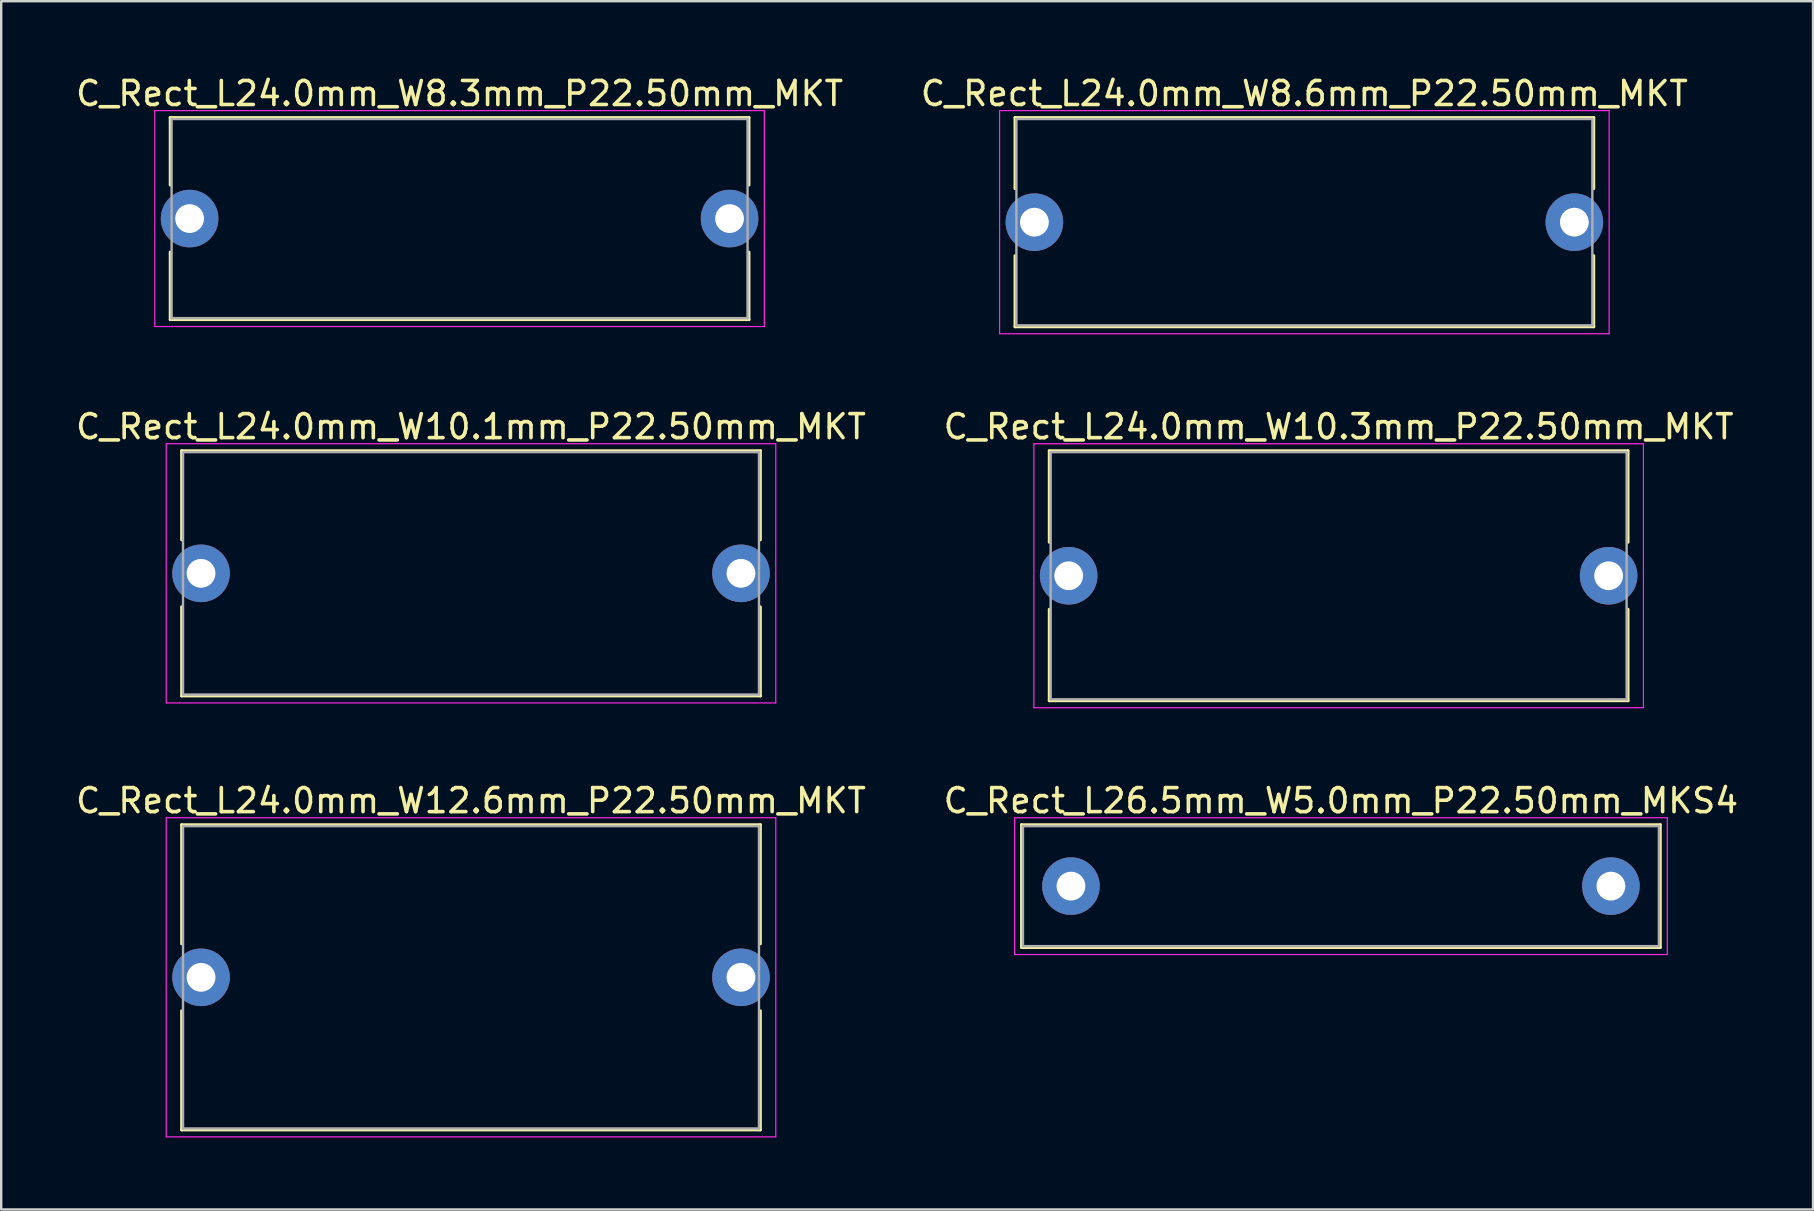
<source format=kicad_pcb>
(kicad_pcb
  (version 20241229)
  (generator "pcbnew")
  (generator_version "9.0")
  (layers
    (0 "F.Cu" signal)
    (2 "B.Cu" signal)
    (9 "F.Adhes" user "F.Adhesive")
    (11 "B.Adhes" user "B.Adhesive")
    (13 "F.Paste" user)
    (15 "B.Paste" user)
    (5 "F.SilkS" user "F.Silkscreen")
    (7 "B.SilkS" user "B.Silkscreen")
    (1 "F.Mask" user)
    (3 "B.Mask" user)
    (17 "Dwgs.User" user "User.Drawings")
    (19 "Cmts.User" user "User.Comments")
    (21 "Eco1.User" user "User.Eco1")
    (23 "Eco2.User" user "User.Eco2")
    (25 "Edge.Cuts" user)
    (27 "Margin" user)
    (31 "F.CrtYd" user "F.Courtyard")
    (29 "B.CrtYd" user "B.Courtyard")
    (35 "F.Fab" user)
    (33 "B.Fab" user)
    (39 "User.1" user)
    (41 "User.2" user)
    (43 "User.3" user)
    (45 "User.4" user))
  (footprint "C_Rect_L24.0mm_W12.6mm_P22.50mm_MKT"
    (layer "F.Cu")
    (at 5.327 37.675)
    (property "Reference" "C_Rect_L24.0mm_W12.6mm_P22.50mm_MKT" (at 11.25 -7.36 0) (layer "F.SilkS") (effects (font (size 1 1) (thickness 0.15))))
    (attr through_hole)
    (fp_line (start -0.81 -6.36) (end -0.81 -1.395) (stroke (width 0.12) (type solid)) (layer "F.SilkS"))
    (fp_line (start -0.81 -6.36) (end 23.31 -6.36) (stroke (width 0.12) (type solid)) (layer "F.SilkS"))
    (fp_line (start -0.81 1.395) (end -0.81 6.36) (stroke (width 0.12) (type solid)) (layer "F.SilkS"))
    (fp_line (start -0.81 6.36) (end 23.31 6.36) (stroke (width 0.12) (type solid)) (layer "F.SilkS"))
    (fp_line (start 23.31 -6.36) (end 23.31 -1.395) (stroke (width 0.12) (type solid)) (layer "F.SilkS"))
    (fp_line (start 23.31 1.395) (end 23.31 6.36) (stroke (width 0.12) (type solid)) (layer "F.SilkS"))
    (fp_line (start -1.45 -6.65) (end -1.45 6.65) (stroke (width 0.05) (type solid)) (layer "F.CrtYd"))
    (fp_line (start -1.45 6.65) (end 23.95 6.65) (stroke (width 0.05) (type solid)) (layer "F.CrtYd"))
    (fp_line (start 23.95 -6.65) (end -1.45 -6.65) (stroke (width 0.05) (type solid)) (layer "F.CrtYd"))
    (fp_line (start 23.95 6.65) (end 23.95 -6.65) (stroke (width 0.05) (type solid)) (layer "F.CrtYd"))
    (fp_line (start -0.75 -6.3) (end -0.75 6.3) (stroke (width 0.1) (type solid)) (layer "F.Fab"))
    (fp_line (start -0.75 6.3) (end 23.25 6.3) (stroke (width 0.1) (type solid)) (layer "F.Fab"))
    (fp_line (start 23.25 -6.3) (end -0.75 -6.3) (stroke (width 0.1) (type solid)) (layer "F.Fab"))
    (fp_line (start 23.25 6.3) (end 23.25 -6.3) (stroke (width 0.1) (type solid)) (layer "F.Fab"))
    (pad "1" thru_hole circle (at 0 0) (size 2.4 2.4) (drill 1.2) (layers "*.Cu" "*.Mask"))
    (pad "2" thru_hole circle (at 22.5 0) (size 2.4 2.4) (drill 1.2) (layers "*.Cu" "*.Mask")))
  (footprint "C_Rect_L24.0mm_W10.1mm_P22.50mm_MKT"
    (layer "F.Cu")
    (at 5.327 20.841)
    (property "Reference" "C_Rect_L24.0mm_W10.1mm_P22.50mm_MKT" (at 11.25 -6.11 0) (layer "F.SilkS") (effects (font (size 1 1) (thickness 0.15))))
    (attr through_hole)
    (fp_line (start -0.81 -5.11) (end -0.81 -1.395) (stroke (width 0.12) (type solid)) (layer "F.SilkS"))
    (fp_line (start -0.81 -5.11) (end 23.31 -5.11) (stroke (width 0.12) (type solid)) (layer "F.SilkS"))
    (fp_line (start -0.81 1.395) (end -0.81 5.11) (stroke (width 0.12) (type solid)) (layer "F.SilkS"))
    (fp_line (start -0.81 5.11) (end 23.31 5.11) (stroke (width 0.12) (type solid)) (layer "F.SilkS"))
    (fp_line (start 23.31 -5.11) (end 23.31 -1.395) (stroke (width 0.12) (type solid)) (layer "F.SilkS"))
    (fp_line (start 23.31 1.395) (end 23.31 5.11) (stroke (width 0.12) (type solid)) (layer "F.SilkS"))
    (fp_line (start -1.45 -5.4) (end -1.45 5.4) (stroke (width 0.05) (type solid)) (layer "F.CrtYd"))
    (fp_line (start -1.45 5.4) (end 23.95 5.4) (stroke (width 0.05) (type solid)) (layer "F.CrtYd"))
    (fp_line (start 23.95 -5.4) (end -1.45 -5.4) (stroke (width 0.05) (type solid)) (layer "F.CrtYd"))
    (fp_line (start 23.95 5.4) (end 23.95 -5.4) (stroke (width 0.05) (type solid)) (layer "F.CrtYd"))
    (fp_line (start -0.75 -5.05) (end -0.75 5.05) (stroke (width 0.1) (type solid)) (layer "F.Fab"))
    (fp_line (start -0.75 5.05) (end 23.25 5.05) (stroke (width 0.1) (type solid)) (layer "F.Fab"))
    (fp_line (start 23.25 -5.05) (end -0.75 -5.05) (stroke (width 0.1) (type solid)) (layer "F.Fab"))
    (fp_line (start 23.25 5.05) (end 23.25 -5.05) (stroke (width 0.1) (type solid)) (layer "F.Fab"))
    (pad "1" thru_hole circle (at 0 0) (size 2.4 2.4) (drill 1.2) (layers "*.Cu" "*.Mask"))
    (pad "2" thru_hole circle (at 22.5 0) (size 2.4 2.4) (drill 1.2) (layers "*.Cu" "*.Mask")))
  (footprint "C_Rect_L24.0mm_W10.3mm_P22.50mm_MKT"
    (layer "F.Cu")
    (at 41.482 20.942)
    (property "Reference" "C_Rect_L24.0mm_W10.3mm_P22.50mm_MKT" (at 11.25 -6.21 0) (layer "F.SilkS") (effects (font (size 1 1) (thickness 0.15))))
    (attr through_hole)
    (fp_line (start -0.81 -5.21) (end -0.81 -1.395) (stroke (width 0.12) (type solid)) (layer "F.SilkS"))
    (fp_line (start -0.81 -5.21) (end 23.31 -5.21) (stroke (width 0.12) (type solid)) (layer "F.SilkS"))
    (fp_line (start -0.81 1.395) (end -0.81 5.21) (stroke (width 0.12) (type solid)) (layer "F.SilkS"))
    (fp_line (start -0.81 5.21) (end 23.31 5.21) (stroke (width 0.12) (type solid)) (layer "F.SilkS"))
    (fp_line (start 23.31 -5.21) (end 23.31 -1.395) (stroke (width 0.12) (type solid)) (layer "F.SilkS"))
    (fp_line (start 23.31 1.395) (end 23.31 5.21) (stroke (width 0.12) (type solid)) (layer "F.SilkS"))
    (fp_line (start -1.45 -5.5) (end -1.45 5.5) (stroke (width 0.05) (type solid)) (layer "F.CrtYd"))
    (fp_line (start -1.45 5.5) (end 23.95 5.5) (stroke (width 0.05) (type solid)) (layer "F.CrtYd"))
    (fp_line (start 23.95 -5.5) (end -1.45 -5.5) (stroke (width 0.05) (type solid)) (layer "F.CrtYd"))
    (fp_line (start 23.95 5.5) (end 23.95 -5.5) (stroke (width 0.05) (type solid)) (layer "F.CrtYd"))
    (fp_line (start -0.75 -5.15) (end -0.75 5.15) (stroke (width 0.1) (type solid)) (layer "F.Fab"))
    (fp_line (start -0.75 5.15) (end 23.25 5.15) (stroke (width 0.1) (type solid)) (layer "F.Fab"))
    (fp_line (start 23.25 -5.15) (end -0.75 -5.15) (stroke (width 0.1) (type solid)) (layer "F.Fab"))
    (fp_line (start 23.25 5.15) (end 23.25 -5.15) (stroke (width 0.1) (type solid)) (layer "F.Fab"))
    (pad "1" thru_hole circle (at 0 0) (size 2.4 2.4) (drill 1.2) (layers "*.Cu" "*.Mask"))
    (pad "2" thru_hole circle (at 22.5 0) (size 2.4 2.4) (drill 1.2) (layers "*.Cu" "*.Mask")))
  (footprint "C_Rect_L26.5mm_W5.0mm_P22.50mm_MKS4"
    (layer "F.Cu")
    (at 41.577 33.875)
    (property "Reference" "C_Rect_L26.5mm_W5.0mm_P22.50mm_MKS4" (at 11.25 -3.56 0) (layer "F.SilkS") (effects (font (size 1 1) (thickness 0.15))))
    (attr through_hole)
    (fp_line (start -2.06 -2.56) (end -2.06 2.56) (stroke (width 0.12) (type solid)) (layer "F.SilkS"))
    (fp_line (start -2.06 -2.56) (end 24.56 -2.56) (stroke (width 0.12) (type solid)) (layer "F.SilkS"))
    (fp_line (start -2.06 2.56) (end 24.56 2.56) (stroke (width 0.12) (type solid)) (layer "F.SilkS"))
    (fp_line (start 24.56 -2.56) (end 24.56 2.56) (stroke (width 0.12) (type solid)) (layer "F.SilkS"))
    (fp_line (start -2.35 -2.85) (end -2.35 2.85) (stroke (width 0.05) (type solid)) (layer "F.CrtYd"))
    (fp_line (start -2.35 2.85) (end 24.85 2.85) (stroke (width 0.05) (type solid)) (layer "F.CrtYd"))
    (fp_line (start 24.85 -2.85) (end -2.35 -2.85) (stroke (width 0.05) (type solid)) (layer "F.CrtYd"))
    (fp_line (start 24.85 2.85) (end 24.85 -2.85) (stroke (width 0.05) (type solid)) (layer "F.CrtYd"))
    (fp_line (start -2 -2.5) (end -2 2.5) (stroke (width 0.1) (type solid)) (layer "F.Fab"))
    (fp_line (start -2 2.5) (end 24.5 2.5) (stroke (width 0.1) (type solid)) (layer "F.Fab"))
    (fp_line (start 24.5 -2.5) (end -2 -2.5) (stroke (width 0.1) (type solid)) (layer "F.Fab"))
    (fp_line (start 24.5 2.5) (end 24.5 -2.5) (stroke (width 0.1) (type solid)) (layer "F.Fab"))
    (pad "1" thru_hole circle (at 0 0) (size 2.4 2.4) (drill 1.2) (layers "*.Cu" "*.Mask"))
    (pad "2" thru_hole circle (at 22.5 0) (size 2.4 2.4) (drill 1.2) (layers "*.Cu" "*.Mask")))
  (footprint "C_Rect_L24.0mm_W8.6mm_P22.50mm_MKT"
    (layer "F.Cu")
    (at 40.054 6.208)
    (property "Reference" "C_Rect_L24.0mm_W8.6mm_P22.50mm_MKT" (at 11.25 -5.36 0) (layer "F.SilkS") (effects (font (size 1 1) (thickness 0.15))))
    (attr through_hole)
    (fp_line (start -0.81 -4.36) (end -0.81 -1.395) (stroke (width 0.12) (type solid)) (layer "F.SilkS"))
    (fp_line (start -0.81 -4.36) (end 23.31 -4.36) (stroke (width 0.12) (type solid)) (layer "F.SilkS"))
    (fp_line (start -0.81 1.395) (end -0.81 4.36) (stroke (width 0.12) (type solid)) (layer "F.SilkS"))
    (fp_line (start -0.81 4.36) (end 23.31 4.36) (stroke (width 0.12) (type solid)) (layer "F.SilkS"))
    (fp_line (start 23.31 -4.36) (end 23.31 -1.395) (stroke (width 0.12) (type solid)) (layer "F.SilkS"))
    (fp_line (start 23.31 1.395) (end 23.31 4.36) (stroke (width 0.12) (type solid)) (layer "F.SilkS"))
    (fp_line (start -1.45 -4.65) (end -1.45 4.65) (stroke (width 0.05) (type solid)) (layer "F.CrtYd"))
    (fp_line (start -1.45 4.65) (end 23.95 4.65) (stroke (width 0.05) (type solid)) (layer "F.CrtYd"))
    (fp_line (start 23.95 -4.65) (end -1.45 -4.65) (stroke (width 0.05) (type solid)) (layer "F.CrtYd"))
    (fp_line (start 23.95 4.65) (end 23.95 -4.65) (stroke (width 0.05) (type solid)) (layer "F.CrtYd"))
    (fp_line (start -0.75 -4.3) (end -0.75 4.3) (stroke (width 0.1) (type solid)) (layer "F.Fab"))
    (fp_line (start -0.75 4.3) (end 23.25 4.3) (stroke (width 0.1) (type solid)) (layer "F.Fab"))
    (fp_line (start 23.25 -4.3) (end -0.75 -4.3) (stroke (width 0.1) (type solid)) (layer "F.Fab"))
    (fp_line (start 23.25 4.3) (end 23.25 -4.3) (stroke (width 0.1) (type solid)) (layer "F.Fab"))
    (pad "1" thru_hole circle (at 0 0) (size 2.4 2.4) (drill 1.2) (layers "*.Cu" "*.Mask"))
    (pad "2" thru_hole circle (at 22.5 0) (size 2.4 2.4) (drill 1.2) (layers "*.Cu" "*.Mask")))
  (footprint "C_Rect_L24.0mm_W8.3mm_P22.50mm_MKT"
    (layer "F.Cu")
    (at 4.851 6.058)
    (property "Reference" "C_Rect_L24.0mm_W8.3mm_P22.50mm_MKT" (at 11.25 -5.21 0) (layer "F.SilkS") (effects (font (size 1 1) (thickness 0.15))))
    (attr through_hole)
    (fp_line (start -0.81 -4.21) (end -0.81 -1.395) (stroke (width 0.12) (type solid)) (layer "F.SilkS"))
    (fp_line (start -0.81 -4.21) (end 23.31 -4.21) (stroke (width 0.12) (type solid)) (layer "F.SilkS"))
    (fp_line (start -0.81 1.395) (end -0.81 4.21) (stroke (width 0.12) (type solid)) (layer "F.SilkS"))
    (fp_line (start -0.81 4.21) (end 23.31 4.21) (stroke (width 0.12) (type solid)) (layer "F.SilkS"))
    (fp_line (start 23.31 -4.21) (end 23.31 -1.395) (stroke (width 0.12) (type solid)) (layer "F.SilkS"))
    (fp_line (start 23.31 1.395) (end 23.31 4.21) (stroke (width 0.12) (type solid)) (layer "F.SilkS"))
    (fp_line (start -1.45 -4.5) (end -1.45 4.5) (stroke (width 0.05) (type solid)) (layer "F.CrtYd"))
    (fp_line (start -1.45 4.5) (end 23.95 4.5) (stroke (width 0.05) (type solid)) (layer "F.CrtYd"))
    (fp_line (start 23.95 -4.5) (end -1.45 -4.5) (stroke (width 0.05) (type solid)) (layer "F.CrtYd"))
    (fp_line (start 23.95 4.5) (end 23.95 -4.5) (stroke (width 0.05) (type solid)) (layer "F.CrtYd"))
    (fp_line (start -0.75 -4.15) (end -0.75 4.15) (stroke (width 0.1) (type solid)) (layer "F.Fab"))
    (fp_line (start -0.75 4.15) (end 23.25 4.15) (stroke (width 0.1) (type solid)) (layer "F.Fab"))
    (fp_line (start 23.25 -4.15) (end -0.75 -4.15) (stroke (width 0.1) (type solid)) (layer "F.Fab"))
    (fp_line (start 23.25 4.15) (end 23.25 -4.15) (stroke (width 0.1) (type solid)) (layer "F.Fab"))
    (pad "1" thru_hole circle (at 0 0) (size 2.4 2.4) (drill 1.2) (layers "*.Cu" "*.Mask"))
    (pad "2" thru_hole circle (at 22.5 0) (size 2.4 2.4) (drill 1.2) (layers "*.Cu" "*.Mask")))
  (gr_rect
    (start -3 -3)
    (end 72.5 47.35)
    (stroke (width 0.1) (type default))
    (fill no)
    (layer "Edge.Cuts")))
</source>
